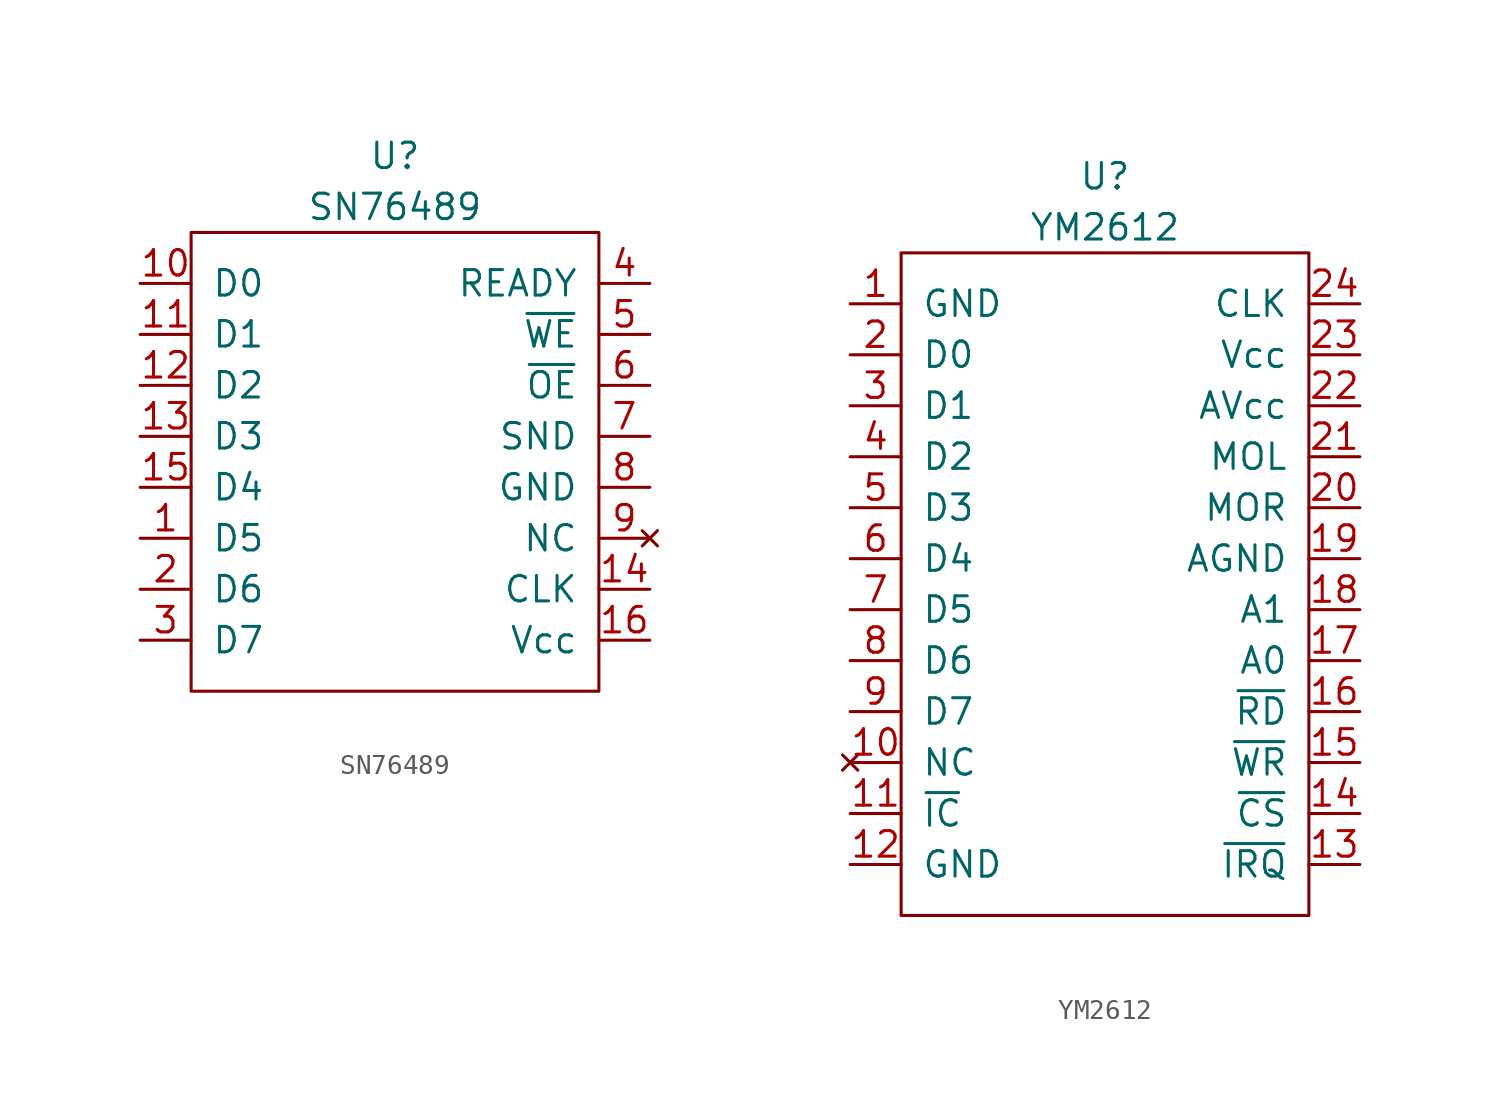
<source format=kicad_sym>
(kicad_symbol_lib
  (version 20211014)
  (generator kicad_symbol_editor)
  (symbol "SN76489"
    (pin_names
      (offset 1.016))
    (property "Reference" "U"
      (at 0 15.24 0)
      (effects (font (size 1.27 1.27))))
    (property "Value" "SN76489"
      (at 0 12.7 0)
      (effects (font (size 1.27 1.27))))
    (symbol "SN76489_0_1"
      (rectangle (start -10.16 11.43) (end 10.16 -11.43) (stroke (width 0) (type default) (color 0 0 0 0)) (fill (type none))))
    (symbol "SN76489_1_1"
      (pin input line (at -12.7 -3.81 0) (length 2.54) (name "D5" (effects (font (size 1.27 1.27)))) (number "1" (effects (font (size 1.27 1.27)))))
      (pin input line (at -12.7 8.89 0) (length 2.54) (name "D0" (effects (font (size 1.27 1.27)))) (number "10" (effects (font (size 1.27 1.27)))))
      (pin input line (at -12.7 6.35 0) (length 2.54) (name "D1" (effects (font (size 1.27 1.27)))) (number "11" (effects (font (size 1.27 1.27)))))
      (pin input line (at -12.7 3.81 0) (length 2.54) (name "D2" (effects (font (size 1.27 1.27)))) (number "12" (effects (font (size 1.27 1.27)))))
      (pin input line (at -12.7 1.27 0) (length 2.54) (name "D3" (effects (font (size 1.27 1.27)))) (number "13" (effects (font (size 1.27 1.27)))))
      (pin input line (at 12.7 -6.35 180) (length 2.54) (name "CLK" (effects (font (size 1.27 1.27)))) (number "14" (effects (font (size 1.27 1.27)))))
      (pin input line (at -12.7 -1.27 0) (length 2.54) (name "D4" (effects (font (size 1.27 1.27)))) (number "15" (effects (font (size 1.27 1.27)))))
      (pin power_in line (at 12.7 -8.89 180) (length 2.54) (name "Vcc" (effects (font (size 1.27 1.27)))) (number "16" (effects (font (size 1.27 1.27)))))
      (pin input line (at -12.7 -6.35 0) (length 2.54) (name "D6" (effects (font (size 1.27 1.27)))) (number "2" (effects (font (size 1.27 1.27)))))
      (pin input line (at -12.7 -8.89 0) (length 2.54) (name "D7" (effects (font (size 1.27 1.27)))) (number "3" (effects (font (size 1.27 1.27)))))
      (pin input line (at 12.7 8.89 180) (length 2.54) (name "READY" (effects (font (size 1.27 1.27)))) (number "4" (effects (font (size 1.27 1.27)))))
      (pin input line (at 12.7 6.35 180) (length 2.54) (name "~{WE}" (effects (font (size 1.27 1.27)))) (number "5" (effects (font (size 1.27 1.27)))))
      (pin input line (at 12.7 3.81 180) (length 2.54) (name "~{OE}" (effects (font (size 1.27 1.27)))) (number "6" (effects (font (size 1.27 1.27)))))
      (pin input line (at 12.7 1.27 180) (length 2.54) (name "SND" (effects (font (size 1.27 1.27)))) (number "7" (effects (font (size 1.27 1.27)))))
      (pin power_in line (at 12.7 -1.27 180) (length 2.54) (name "GND" (effects (font (size 1.27 1.27)))) (number "8" (effects (font (size 1.27 1.27)))))
      (pin no_connect line (at 12.7 -3.81 180) (length 2.54) (name "NC" (effects (font (size 1.27 1.27)))) (number "9" (effects (font (size 1.27 1.27)))))))
  (symbol "YM2612"
    (pin_names
      (offset 1.016))
    (property "Reference" "U"
      (at 0 20.32 0)
      (effects (font (size 1.27 1.27))))
    (property "Value" "YM2612"
      (at 0 17.78 0)
      (effects (font (size 1.27 1.27))))
    (symbol "YM2612_0_1"
      (rectangle (start -10.16 16.51) (end 10.16 -16.51) (stroke (width 0) (type default) (color 0 0 0 0)) (fill (type none))))
    (symbol "YM2612_1_1"
      (pin output line (at -12.7 13.97 0) (length 2.54) (name "GND" (effects (font (size 1.27 1.27)))) (number "1" (effects (font (size 1.27 1.27)))))
      (pin no_connect line (at -12.7 -8.89 0) (length 2.54) (name "NC" (effects (font (size 1.27 1.27)))) (number "10" (effects (font (size 1.27 1.27)))))
      (pin input line (at -12.7 -11.43 0) (length 2.54) (name "~{IC}" (effects (font (size 1.27 1.27)))) (number "11" (effects (font (size 1.27 1.27)))))
      (pin power_in line (at -12.7 -13.97 0) (length 2.54) (name "GND" (effects (font (size 1.27 1.27)))) (number "12" (effects (font (size 1.27 1.27)))))
      (pin output line (at 12.7 -13.97 180) (length 2.54) (name "~{IRQ}" (effects (font (size 1.27 1.27)))) (number "13" (effects (font (size 1.27 1.27)))))
      (pin input line (at 12.7 -11.43 180) (length 2.54) (name "~{CS}" (effects (font (size 1.27 1.27)))) (number "14" (effects (font (size 1.27 1.27)))))
      (pin input line (at 12.7 -8.89 180) (length 2.54) (name "~{WR}" (effects (font (size 1.27 1.27)))) (number "15" (effects (font (size 1.27 1.27)))))
      (pin input line (at 12.7 -6.35 180) (length 2.54) (name "~{RD}" (effects (font (size 1.27 1.27)))) (number "16" (effects (font (size 1.27 1.27)))))
      (pin input line (at 12.7 -3.81 180) (length 2.54) (name "A0" (effects (font (size 1.27 1.27)))) (number "17" (effects (font (size 1.27 1.27)))))
      (pin input line (at 12.7 -1.27 180) (length 2.54) (name "A1" (effects (font (size 1.27 1.27)))) (number "18" (effects (font (size 1.27 1.27)))))
      (pin output line (at 12.7 1.27 180) (length 2.54) (name "AGND" (effects (font (size 1.27 1.27)))) (number "19" (effects (font (size 1.27 1.27)))))
      (pin input line (at -12.7 11.43 0) (length 2.54) (name "D0" (effects (font (size 1.27 1.27)))) (number "2" (effects (font (size 1.27 1.27)))))
      (pin output line (at 12.7 3.81 180) (length 2.54) (name "MOR" (effects (font (size 1.27 1.27)))) (number "20" (effects (font (size 1.27 1.27)))))
      (pin output line (at 12.7 6.35 180) (length 2.54) (name "MOL" (effects (font (size 1.27 1.27)))) (number "21" (effects (font (size 1.27 1.27)))))
      (pin power_in line (at 12.7 8.89 180) (length 2.54) (name "AVcc" (effects (font (size 1.27 1.27)))) (number "22" (effects (font (size 1.27 1.27)))))
      (pin power_in line (at 12.7 11.43 180) (length 2.54) (name "Vcc" (effects (font (size 1.27 1.27)))) (number "23" (effects (font (size 1.27 1.27)))))
      (pin input line (at 12.7 13.97 180) (length 2.54) (name "CLK" (effects (font (size 1.27 1.27)))) (number "24" (effects (font (size 1.27 1.27)))))
      (pin input line (at -12.7 8.89 0) (length 2.54) (name "D1" (effects (font (size 1.27 1.27)))) (number "3" (effects (font (size 1.27 1.27)))))
      (pin input line (at -12.7 6.35 0) (length 2.54) (name "D2" (effects (font (size 1.27 1.27)))) (number "4" (effects (font (size 1.27 1.27)))))
      (pin input line (at -12.7 3.81 0) (length 2.54) (name "D3" (effects (font (size 1.27 1.27)))) (number "5" (effects (font (size 1.27 1.27)))))
      (pin input line (at -12.7 1.27 0) (length 2.54) (name "D4" (effects (font (size 1.27 1.27)))) (number "6" (effects (font (size 1.27 1.27)))))
      (pin input line (at -12.7 -1.27 0) (length 2.54) (name "D5" (effects (font (size 1.27 1.27)))) (number "7" (effects (font (size 1.27 1.27)))))
      (pin input line (at -12.7 -3.81 0) (length 2.54) (name "D6" (effects (font (size 1.27 1.27)))) (number "8" (effects (font (size 1.27 1.27)))))
      (pin input line (at -12.7 -6.35 0) (length 2.54) (name "D7" (effects (font (size 1.27 1.27)))) (number "9" (effects (font (size 1.27 1.27))))))))
</source>
